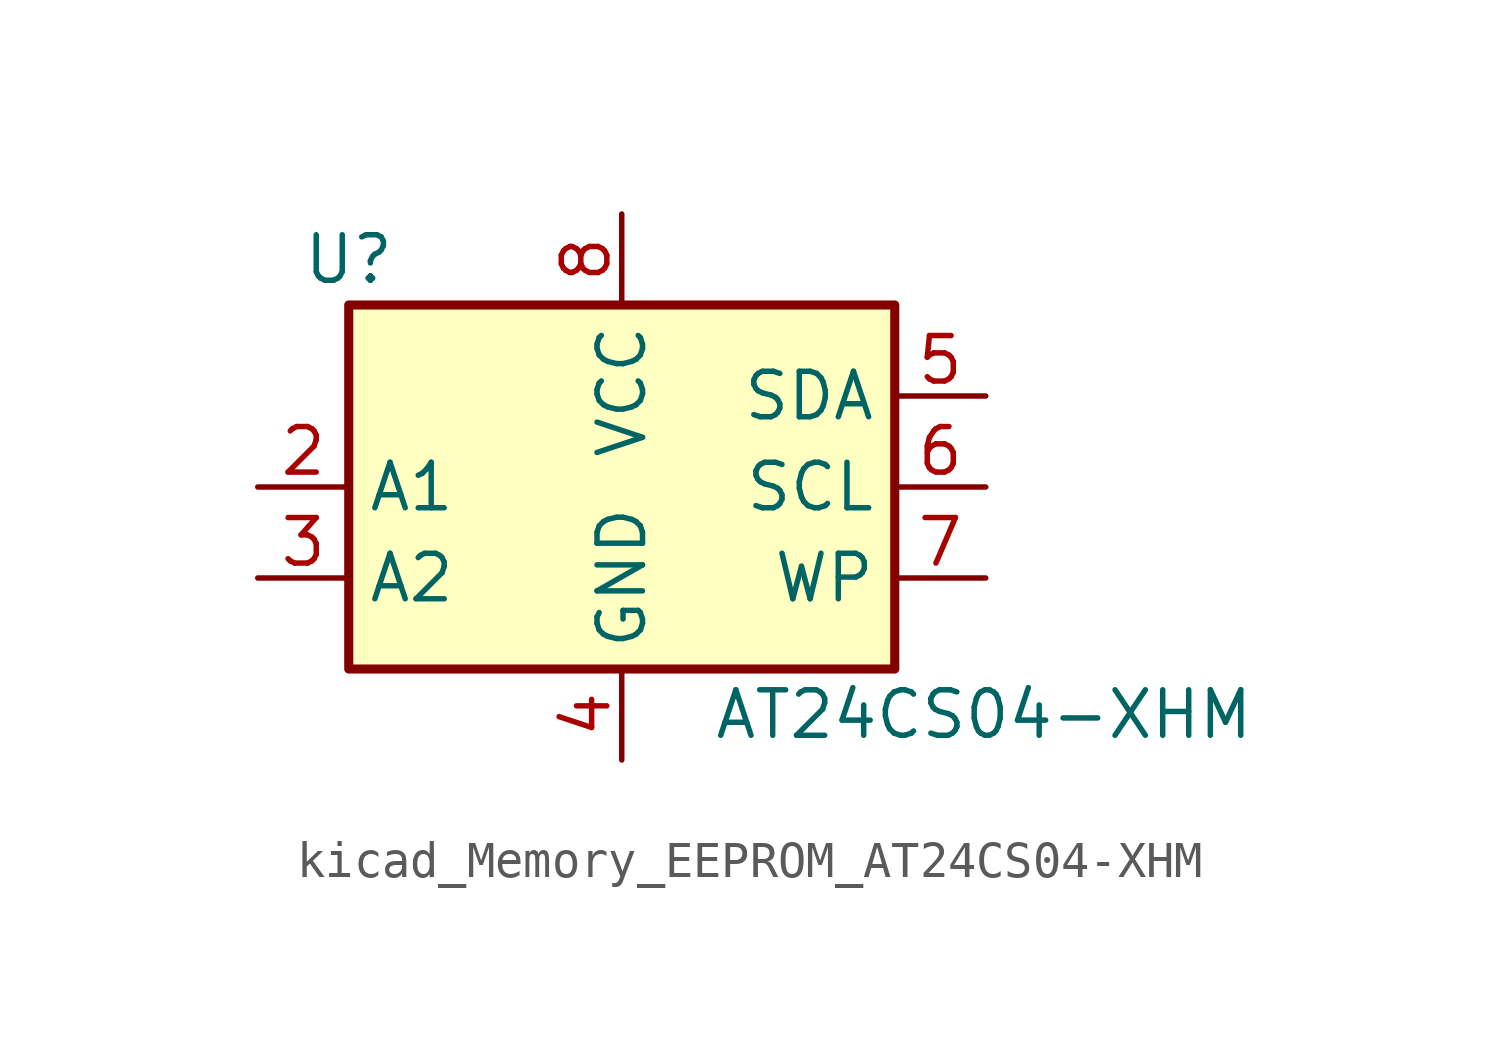
<source format=kicad_sym>
(kicad_symbol_lib
  (version 20220914)
  (generator kicad_symbol_editor)
  (symbol "kicad_Memory_EEPROM_AT24CS04-XHM"
    (property "Reference" "U"
      (at -7.62 6.35 0)
      (effects (font (size 1.27 1.27))))
    (property "Value" "AT24CS04-XHM"
      (at 2.54 -6.35 0)
      (effects (font (size 1.27 1.27)) (justify left)))
    (symbol "kicad_Memory_EEPROM_AT24CS04-XHM_1_1"
      (rectangle (start -7.62 5.08) (end 7.62 -5.08) (stroke (width 0.254) (type default)) (fill (type background)))
      (pin no_connect line (at -7.62 2.54 0) (length 2.54) hide (name "NC" (effects (font (size 1.27 1.27)))) (number "1" (effects (font (size 1.27 1.27)))))
      (pin input line (at -10.16 0 0) (length 2.54) (name "A1" (effects (font (size 1.27 1.27)))) (number "2" (effects (font (size 1.27 1.27)))))
      (pin input line (at -10.16 -2.54 0) (length 2.54) (name "A2" (effects (font (size 1.27 1.27)))) (number "3" (effects (font (size 1.27 1.27)))))
      (pin power_in line (at 0 -7.62 90) (length 2.54) (name "GND" (effects (font (size 1.27 1.27)))) (number "4" (effects (font (size 1.27 1.27)))))
      (pin bidirectional line (at 10.16 2.54 180) (length 2.54) (name "SDA" (effects (font (size 1.27 1.27)))) (number "5" (effects (font (size 1.27 1.27)))))
      (pin input line (at 10.16 0 180) (length 2.54) (name "SCL" (effects (font (size 1.27 1.27)))) (number "6" (effects (font (size 1.27 1.27)))))
      (pin input line (at 10.16 -2.54 180) (length 2.54) (name "WP" (effects (font (size 1.27 1.27)))) (number "7" (effects (font (size 1.27 1.27)))))
      (pin power_in line (at 0 7.62 270) (length 2.54) (name "VCC" (effects (font (size 1.27 1.27)))) (number "8" (effects (font (size 1.27 1.27))))))))
</source>
